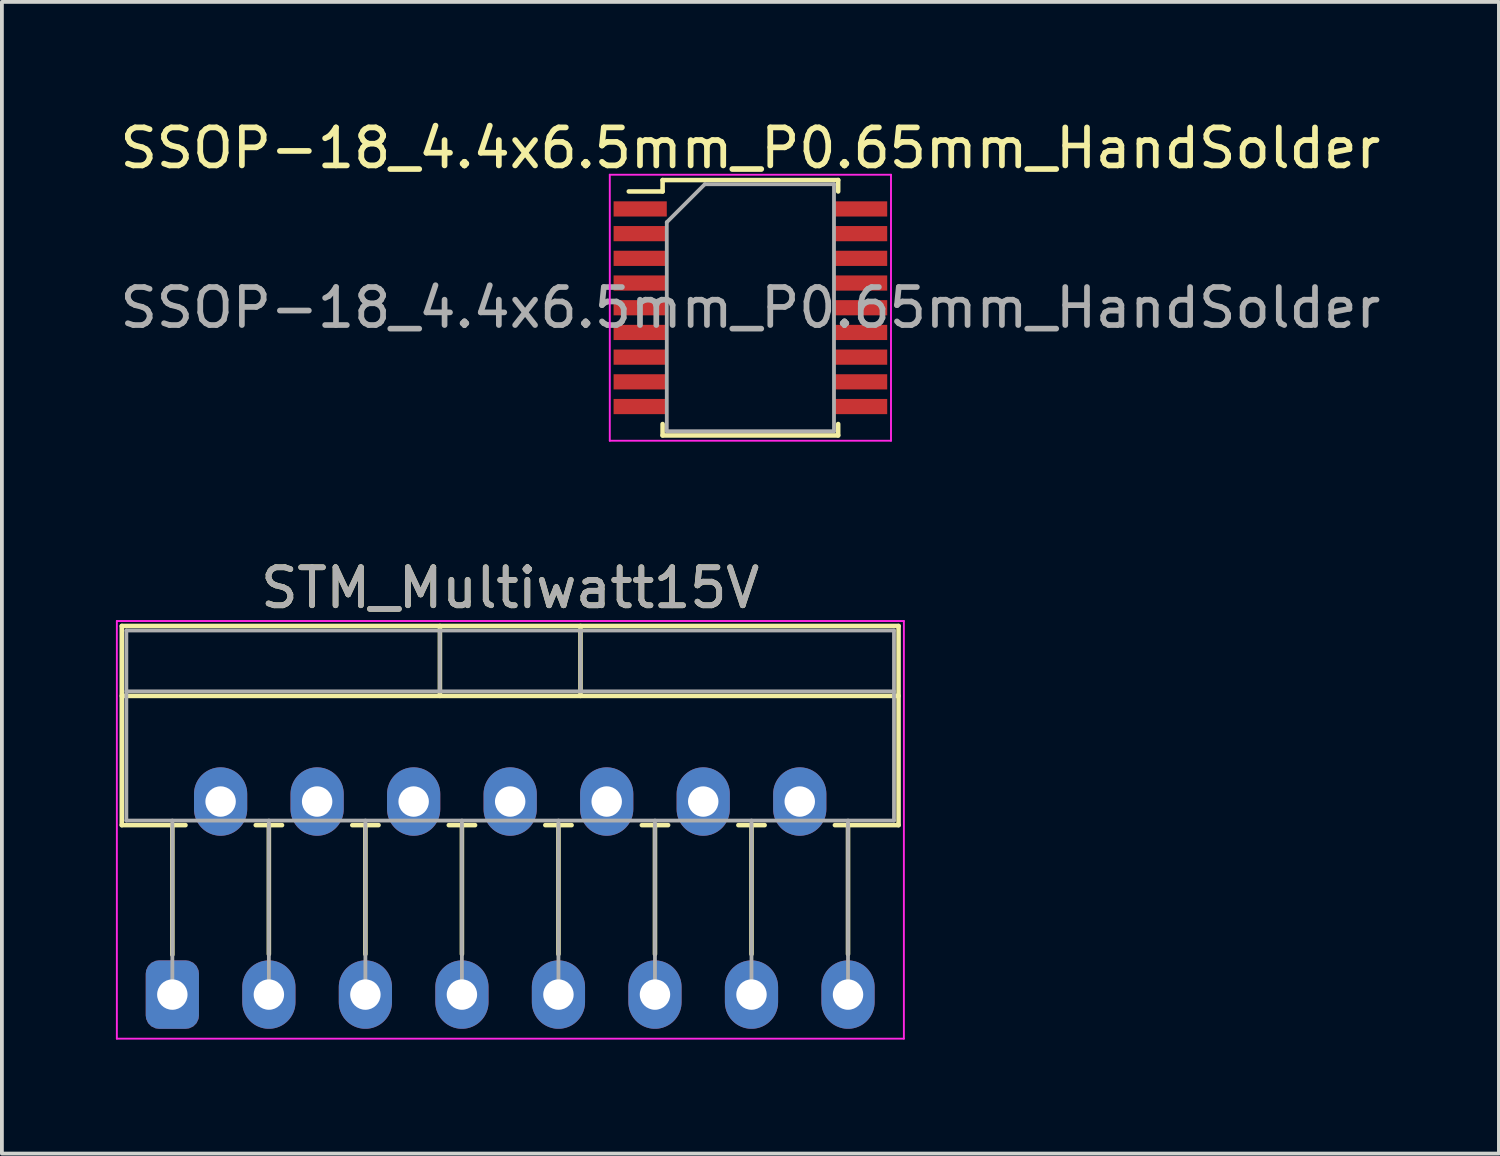
<source format=kicad_pcb>
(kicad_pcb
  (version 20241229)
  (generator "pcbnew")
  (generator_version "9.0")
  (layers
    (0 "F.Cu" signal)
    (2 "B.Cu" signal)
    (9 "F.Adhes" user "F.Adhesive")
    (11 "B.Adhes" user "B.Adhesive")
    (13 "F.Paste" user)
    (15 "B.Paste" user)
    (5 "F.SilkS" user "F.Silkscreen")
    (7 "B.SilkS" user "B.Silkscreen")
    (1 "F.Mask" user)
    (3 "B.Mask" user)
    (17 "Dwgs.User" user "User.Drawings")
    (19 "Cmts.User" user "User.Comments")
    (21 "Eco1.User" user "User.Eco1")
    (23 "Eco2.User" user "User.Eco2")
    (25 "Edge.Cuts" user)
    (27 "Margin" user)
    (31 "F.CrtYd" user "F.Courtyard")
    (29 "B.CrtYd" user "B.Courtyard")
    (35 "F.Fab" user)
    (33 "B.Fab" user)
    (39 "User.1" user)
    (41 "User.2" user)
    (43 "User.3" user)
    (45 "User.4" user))
  (footprint "SSOP-18_4.4x6.5mm_P0.65mm_HandSolder"
    (layer "F.Cu")
    (at 16.696 5.048)
    (property "Reference" "SSOP-18_4.4x6.5mm_P0.65mm_HandSolder" (at 0 -4.2 0) (layer "F.SilkS") (effects (font (size 1 1) (thickness 0.15))))
    (attr smd)
    (fp_line (start -3.2 -3.06) (end -2.31 -3.06) (stroke (width 0.12) (type solid)) (layer "F.SilkS"))
    (fp_line (start -2.31 -3.36) (end 2.31 -3.36) (stroke (width 0.12) (type solid)) (layer "F.SilkS"))
    (fp_line (start -2.31 -3.06) (end -2.31 -3.36) (stroke (width 0.12) (type solid)) (layer "F.SilkS"))
    (fp_line (start -2.31 3.06) (end -2.31 3.36) (stroke (width 0.12) (type solid)) (layer "F.SilkS"))
    (fp_line (start -2.31 3.36) (end 2.31 3.36) (stroke (width 0.12) (type solid)) (layer "F.SilkS"))
    (fp_line (start 2.31 -3.36) (end 2.31 -3.06) (stroke (width 0.12) (type solid)) (layer "F.SilkS"))
    (fp_line (start 2.31 3.36) (end 2.31 3.06) (stroke (width 0.12) (type solid)) (layer "F.SilkS"))
    (fp_line (start -3.7 -3.5) (end 3.7 -3.5) (stroke (width 0.05) (type solid)) (layer "F.CrtYd"))
    (fp_line (start -3.7 3.5) (end -3.7 -3.5) (stroke (width 0.05) (type solid)) (layer "F.CrtYd"))
    (fp_line (start 3.7 -3.5) (end 3.7 3.5) (stroke (width 0.05) (type solid)) (layer "F.CrtYd"))
    (fp_line (start 3.7 3.5) (end -3.7 3.5) (stroke (width 0.05) (type solid)) (layer "F.CrtYd"))
    (fp_line (start -2.2 -2.25) (end -1.2 -3.25) (stroke (width 0.1) (type solid)) (layer "F.Fab"))
    (fp_line (start -2.2 3.25) (end -2.2 -2.25) (stroke (width 0.1) (type solid)) (layer "F.Fab"))
    (fp_line (start -1.2 -3.25) (end 2.2 -3.25) (stroke (width 0.1) (type solid)) (layer "F.Fab"))
    (fp_line (start 2.2 -3.25) (end 2.2 3.25) (stroke (width 0.1) (type solid)) (layer "F.Fab"))
    (fp_line (start 2.2 3.25) (end -2.2 3.25) (stroke (width 0.1) (type solid)) (layer "F.Fab"))
    (fp_text user "${REFERENCE}" (at 0 0 0) (layer "F.Fab") (effects (font (size 1 1) (thickness 0.15))))
    (pad "1" smd rect (at -2.9 -2.6) (size 1.4 0.4) (layers "F.Cu" "F.Mask" "F.Paste"))
    (pad "2" smd rect (at -2.9 -1.95) (size 1.4 0.4) (layers "F.Cu" "F.Mask" "F.Paste"))
    (pad "3" smd rect (at -2.9 -1.3) (size 1.4 0.4) (layers "F.Cu" "F.Mask" "F.Paste"))
    (pad "4" smd rect (at -2.9 -0.65) (size 1.4 0.4) (layers "F.Cu" "F.Mask" "F.Paste"))
    (pad "5" smd rect (at -2.9 0) (size 1.4 0.4) (layers "F.Cu" "F.Mask" "F.Paste"))
    (pad "6" smd rect (at -2.9 0.65) (size 1.4 0.4) (layers "F.Cu" "F.Mask" "F.Paste"))
    (pad "7" smd rect (at -2.9 1.3) (size 1.4 0.4) (layers "F.Cu" "F.Mask" "F.Paste"))
    (pad "8" smd rect (at -2.9 1.95) (size 1.4 0.4) (layers "F.Cu" "F.Mask" "F.Paste"))
    (pad "9" smd rect (at -2.9 2.6) (size 1.4 0.4) (layers "F.Cu" "F.Mask" "F.Paste"))
    (pad "10" smd rect (at 2.9 2.6) (size 1.4 0.4) (layers "F.Cu" "F.Mask" "F.Paste"))
    (pad "11" smd rect (at 2.9 1.95) (size 1.4 0.4) (layers "F.Cu" "F.Mask" "F.Paste"))
    (pad "12" smd rect (at 2.9 1.3) (size 1.4 0.4) (layers "F.Cu" "F.Mask" "F.Paste"))
    (pad "13" smd rect (at 2.9 0.65) (size 1.4 0.4) (layers "F.Cu" "F.Mask" "F.Paste"))
    (pad "14" smd rect (at 2.9 0) (size 1.4 0.4) (layers "F.Cu" "F.Mask" "F.Paste"))
    (pad "15" smd rect (at 2.9 -0.65) (size 1.4 0.4) (layers "F.Cu" "F.Mask" "F.Paste"))
    (pad "16" smd rect (at 2.9 -1.3) (size 1.4 0.4) (layers "F.Cu" "F.Mask" "F.Paste"))
    (pad "17" smd rect (at 2.9 -1.95) (size 1.4 0.4) (layers "F.Cu" "F.Mask" "F.Paste"))
    (pad "18" smd rect (at 2.9 -2.6) (size 1.4 0.4) (layers "F.Cu" "F.Mask" "F.Paste")))
  (footprint "STM_Multiwatt15V"
    (layer "F.Cu")
    (at 1.485 23.122)
    (property "Reference" "STM_Multiwatt15V" (at 8.89 -10.7 0) (layer "F.SilkS") (effects (font (size 1 1) (thickness 0.15))))
    (attr through_hole)
    (fp_line (start -1.33 -9.7) (end -1.33 -4.459) (stroke (width 0.12) (type solid)) (layer "F.SilkS"))
    (fp_line (start -1.33 -9.7) (end 19.11 -9.7) (stroke (width 0.12) (type solid)) (layer "F.SilkS"))
    (fp_line (start -1.33 -7.86) (end 19.11 -7.86) (stroke (width 0.12) (type solid)) (layer "F.SilkS"))
    (fp_line (start -1.33 -4.459) (end 0.346 -4.459) (stroke (width 0.12) (type solid)) (layer "F.SilkS"))
    (fp_line (start 0 -4.459) (end 0 -1.05) (stroke (width 0.12) (type solid)) (layer "F.SilkS"))
    (fp_line (start 2.195 -4.459) (end 2.886 -4.459) (stroke (width 0.12) (type solid)) (layer "F.SilkS"))
    (fp_line (start 2.54 -4.459) (end 2.54 -1.065) (stroke (width 0.12) (type solid)) (layer "F.SilkS"))
    (fp_line (start 4.735 -4.459) (end 5.426 -4.459) (stroke (width 0.12) (type solid)) (layer "F.SilkS"))
    (fp_line (start 5.08 -4.459) (end 5.08 -1.065) (stroke (width 0.12) (type solid)) (layer "F.SilkS"))
    (fp_line (start 7.041 -9.7) (end 7.041 -7.86) (stroke (width 0.12) (type solid)) (layer "F.SilkS"))
    (fp_line (start 7.275 -4.459) (end 7.966 -4.459) (stroke (width 0.12) (type solid)) (layer "F.SilkS"))
    (fp_line (start 7.62 -4.459) (end 7.62 -1.065) (stroke (width 0.12) (type solid)) (layer "F.SilkS"))
    (fp_line (start 9.815 -4.459) (end 10.506 -4.459) (stroke (width 0.12) (type solid)) (layer "F.SilkS"))
    (fp_line (start 10.16 -4.459) (end 10.16 -1.065) (stroke (width 0.12) (type solid)) (layer "F.SilkS"))
    (fp_line (start 10.74 -9.7) (end 10.74 -7.86) (stroke (width 0.12) (type solid)) (layer "F.SilkS"))
    (fp_line (start 12.355 -4.459) (end 13.046 -4.459) (stroke (width 0.12) (type solid)) (layer "F.SilkS"))
    (fp_line (start 12.7 -4.459) (end 12.7 -1.065) (stroke (width 0.12) (type solid)) (layer "F.SilkS"))
    (fp_line (start 14.895 -4.459) (end 15.586 -4.459) (stroke (width 0.12) (type solid)) (layer "F.SilkS"))
    (fp_line (start 15.24 -4.459) (end 15.24 -1.065) (stroke (width 0.12) (type solid)) (layer "F.SilkS"))
    (fp_line (start 17.435 -4.459) (end 19.11 -4.459) (stroke (width 0.12) (type solid)) (layer "F.SilkS"))
    (fp_line (start 17.78 -4.459) (end 17.78 -1.065) (stroke (width 0.12) (type solid)) (layer "F.SilkS"))
    (fp_line (start 19.11 -9.7) (end 19.11 -4.459) (stroke (width 0.12) (type solid)) (layer "F.SilkS"))
    (fp_line (start -1.46 -9.83) (end -1.46 1.16) (stroke (width 0.05) (type solid)) (layer "F.CrtYd"))
    (fp_line (start -1.46 1.16) (end 19.25 1.16) (stroke (width 0.05) (type solid)) (layer "F.CrtYd"))
    (fp_line (start 19.25 -9.83) (end -1.46 -9.83) (stroke (width 0.05) (type solid)) (layer "F.CrtYd"))
    (fp_line (start 19.25 1.16) (end 19.25 -9.83) (stroke (width 0.05) (type solid)) (layer "F.CrtYd"))
    (fp_line (start -1.21 -9.58) (end -1.21 -4.58) (stroke (width 0.1) (type solid)) (layer "F.Fab"))
    (fp_line (start -1.21 -7.98) (end 18.99 -7.98) (stroke (width 0.1) (type solid)) (layer "F.Fab"))
    (fp_line (start -1.21 -4.58) (end 18.99 -4.58) (stroke (width 0.1) (type solid)) (layer "F.Fab"))
    (fp_line (start 0 -4.58) (end 0 0) (stroke (width 0.1) (type solid)) (layer "F.Fab"))
    (fp_line (start 2.54 -4.58) (end 2.54 0) (stroke (width 0.1) (type solid)) (layer "F.Fab"))
    (fp_line (start 5.08 -4.58) (end 5.08 0) (stroke (width 0.1) (type solid)) (layer "F.Fab"))
    (fp_line (start 7.04 -9.58) (end 7.04 -7.98) (stroke (width 0.1) (type solid)) (layer "F.Fab"))
    (fp_line (start 7.62 -4.58) (end 7.62 0) (stroke (width 0.1) (type solid)) (layer "F.Fab"))
    (fp_line (start 10.16 -4.58) (end 10.16 0) (stroke (width 0.1) (type solid)) (layer "F.Fab"))
    (fp_line (start 10.74 -9.58) (end 10.74 -7.98) (stroke (width 0.1) (type solid)) (layer "F.Fab"))
    (fp_line (start 12.7 -4.58) (end 12.7 0) (stroke (width 0.1) (type solid)) (layer "F.Fab"))
    (fp_line (start 15.24 -4.58) (end 15.24 0) (stroke (width 0.1) (type solid)) (layer "F.Fab"))
    (fp_line (start 17.78 -4.58) (end 17.78 0) (stroke (width 0.1) (type solid)) (layer "F.Fab"))
    (fp_line (start 18.99 -9.58) (end -1.21 -9.58) (stroke (width 0.1) (type solid)) (layer "F.Fab"))
    (fp_line (start 18.99 -4.58) (end 18.99 -9.58) (stroke (width 0.1) (type solid)) (layer "F.Fab"))
    (fp_text user "${REFERENCE}" (at 8.89 -10.7 0) (layer "F.Fab") (effects (font (size 1 1) (thickness 0.15))))
    (pad "1" thru_hole roundrect (at 0 0) (size 1.4 1.8) (drill 0.8) (layers "*.Cu" "*.Mask") (roundrect_rratio 0.25))
    (pad "2" thru_hole oval (at 1.27 -5.08) (size 1.4 1.8) (drill 0.8) (layers "*.Cu" "*.Mask"))
    (pad "3" thru_hole oval (at 2.54 0) (size 1.4 1.8) (drill 0.8) (layers "*.Cu" "*.Mask"))
    (pad "4" thru_hole oval (at 3.81 -5.08) (size 1.4 1.8) (drill 0.8) (layers "*.Cu" "*.Mask"))
    (pad "5" thru_hole oval (at 5.08 0) (size 1.4 1.8) (drill 0.8) (layers "*.Cu" "*.Mask"))
    (pad "6" thru_hole oval (at 6.35 -5.08) (size 1.4 1.8) (drill 0.8) (layers "*.Cu" "*.Mask"))
    (pad "7" thru_hole oval (at 7.62 0) (size 1.4 1.8) (drill 0.8) (layers "*.Cu" "*.Mask"))
    (pad "8" thru_hole oval (at 8.89 -5.08) (size 1.4 1.8) (drill 0.8) (layers "*.Cu" "*.Mask"))
    (pad "9" thru_hole oval (at 10.16 0) (size 1.4 1.8) (drill 0.8) (layers "*.Cu" "*.Mask"))
    (pad "10" thru_hole oval (at 11.43 -5.08) (size 1.4 1.8) (drill 0.8) (layers "*.Cu" "*.Mask"))
    (pad "11" thru_hole oval (at 12.7 0) (size 1.4 1.8) (drill 0.8) (layers "*.Cu" "*.Mask"))
    (pad "12" thru_hole oval (at 13.97 -5.08) (size 1.4 1.8) (drill 0.8) (layers "*.Cu" "*.Mask"))
    (pad "13" thru_hole oval (at 15.24 0) (size 1.4 1.8) (drill 0.8) (layers "*.Cu" "*.Mask"))
    (pad "14" thru_hole oval (at 16.51 -5.08) (size 1.4 1.8) (drill 0.8) (layers "*.Cu" "*.Mask"))
    (pad "15" thru_hole oval (at 17.78 0) (size 1.4 1.8) (drill 0.8) (layers "*.Cu" "*.Mask")))
  (gr_rect
    (start -3 -3)
    (end 36.393 27.306)
    (stroke (width 0.1) (type default))
    (fill no)
    (layer "Edge.Cuts")))
</source>
